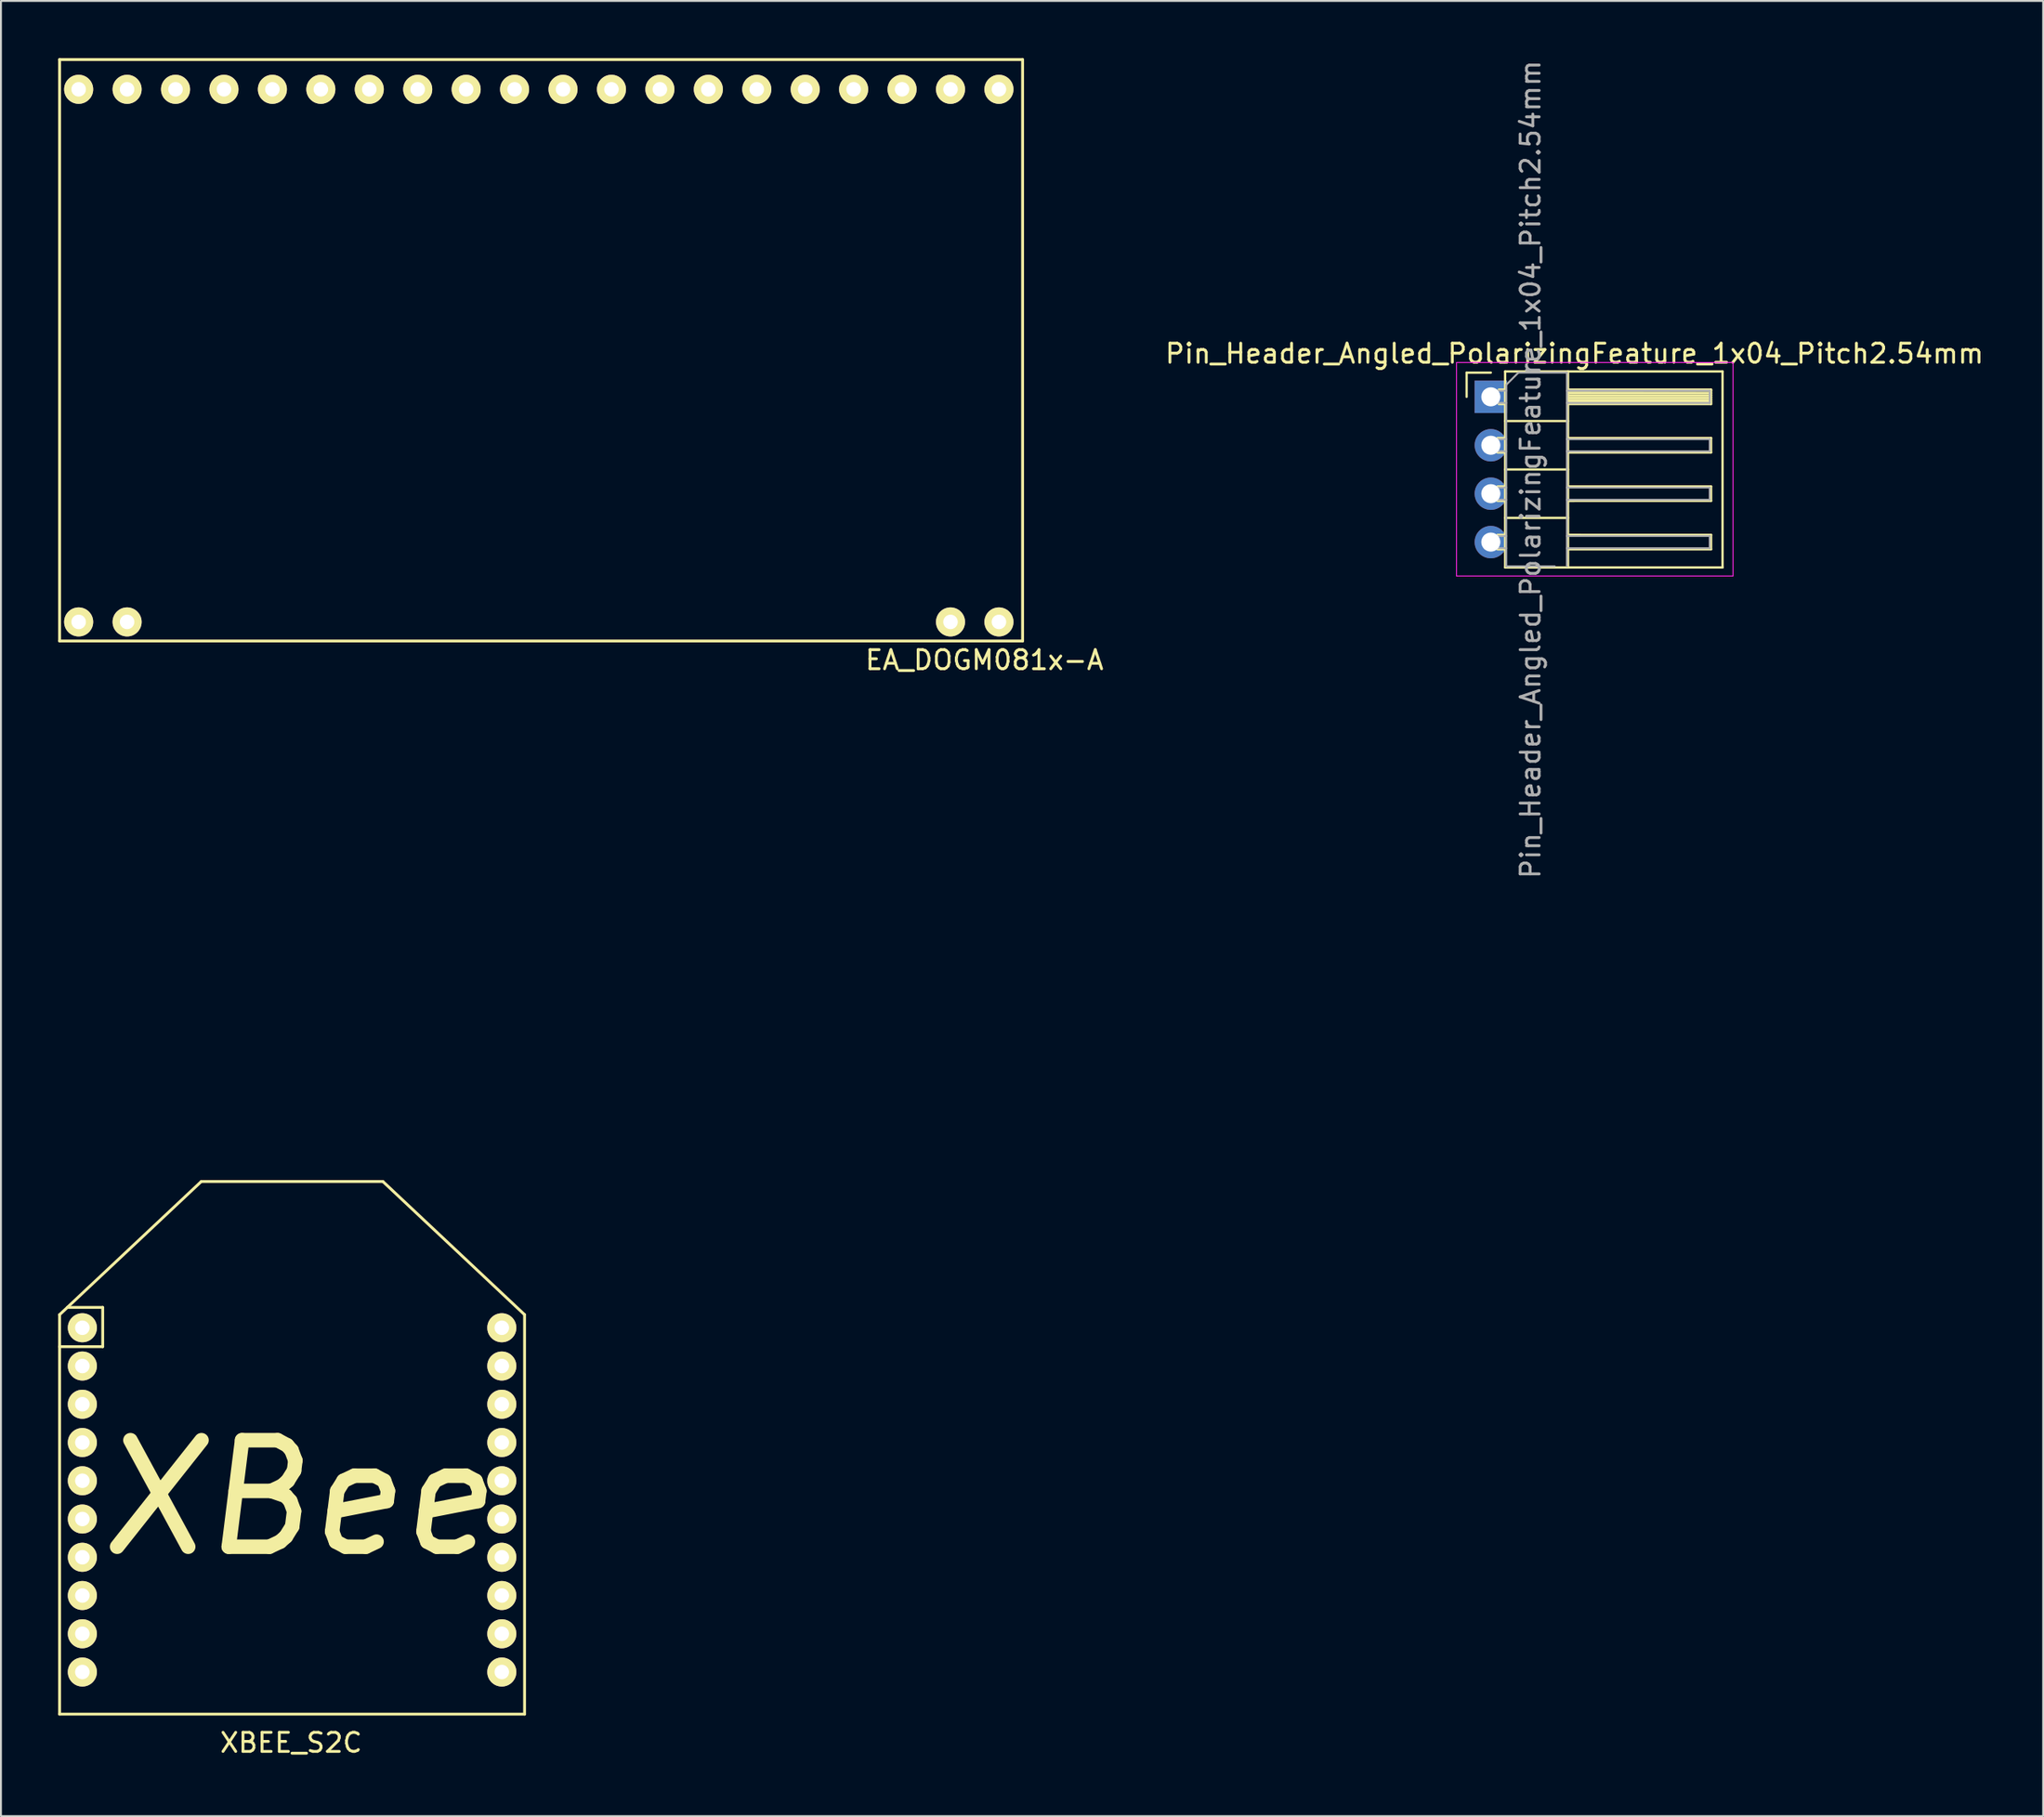
<source format=kicad_pcb>
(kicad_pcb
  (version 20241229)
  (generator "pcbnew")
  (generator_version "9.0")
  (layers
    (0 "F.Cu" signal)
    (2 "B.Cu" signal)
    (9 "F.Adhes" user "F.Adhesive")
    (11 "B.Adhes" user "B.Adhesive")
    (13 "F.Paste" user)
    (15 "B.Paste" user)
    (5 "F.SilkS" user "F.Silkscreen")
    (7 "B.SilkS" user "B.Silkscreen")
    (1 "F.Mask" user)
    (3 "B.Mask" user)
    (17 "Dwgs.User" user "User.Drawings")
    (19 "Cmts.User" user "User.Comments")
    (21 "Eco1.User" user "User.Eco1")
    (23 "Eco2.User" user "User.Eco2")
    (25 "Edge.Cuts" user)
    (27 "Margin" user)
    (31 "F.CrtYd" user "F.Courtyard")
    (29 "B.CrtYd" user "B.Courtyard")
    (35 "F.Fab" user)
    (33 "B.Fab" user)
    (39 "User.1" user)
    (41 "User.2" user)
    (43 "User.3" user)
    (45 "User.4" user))
  (footprint "EA_DOGM081x-A"
    (layer "F.Cu")
    (at 1.075 29.575)
    (property "Reference" "EA_DOGM081x-A" (at 47.5 2 0) (layer "F.SilkS") (effects (font (size 1 1) (thickness 0.15))))
    (attr through_hole)
    (fp_line (start -1 -29.5) (end -1 1) (stroke (width 0.15) (type solid)) (layer "F.SilkS"))
    (fp_line (start -1 1) (end 49.5 1) (stroke (width 0.15) (type solid)) (layer "F.SilkS"))
    (fp_line (start 49.5 -29.5) (end -1 -29.5) (stroke (width 0.15) (type solid)) (layer "F.SilkS"))
    (fp_line (start 49.5 1) (end 49.5 -29.5) (stroke (width 0.15) (type solid)) (layer "F.SilkS"))
    (pad "1" thru_hole circle (at 0 0) (size 1.524 1.524) (drill 0.762) (layers "*.Cu" "*.Mask" "F.SilkS"))
    (pad "2" thru_hole circle (at 2.54 0) (size 1.524 1.524) (drill 0.762) (layers "*.Cu" "*.Mask" "F.SilkS"))
    (pad "19" thru_hole circle (at 45.72 0) (size 1.524 1.524) (drill 0.762) (layers "*.Cu" "*.Mask" "F.SilkS"))
    (pad "20" thru_hole circle (at 48.26 0) (size 1.524 1.524) (drill 0.762) (layers "*.Cu" "*.Mask" "F.SilkS"))
    (pad "21" thru_hole circle (at 48.26 -27.94) (size 1.524 1.524) (drill 0.762) (layers "*.Cu" "*.Mask" "F.SilkS"))
    (pad "22" thru_hole circle (at 45.72 -27.94) (size 1.524 1.524) (drill 0.762) (layers "*.Cu" "*.Mask" "F.SilkS"))
    (pad "23" thru_hole circle (at 43.18 -27.94) (size 1.524 1.524) (drill 0.762) (layers "*.Cu" "*.Mask" "F.SilkS"))
    (pad "24" thru_hole circle (at 40.64 -27.94) (size 1.524 1.524) (drill 0.762) (layers "*.Cu" "*.Mask" "F.SilkS"))
    (pad "25" thru_hole circle (at 38.1 -27.94) (size 1.524 1.524) (drill 0.762) (layers "*.Cu" "*.Mask" "F.SilkS"))
    (pad "26" thru_hole circle (at 35.56 -27.94) (size 1.524 1.524) (drill 0.762) (layers "*.Cu" "*.Mask" "F.SilkS"))
    (pad "27" thru_hole circle (at 33.02 -27.94) (size 1.524 1.524) (drill 0.762) (layers "*.Cu" "*.Mask" "F.SilkS"))
    (pad "28" thru_hole circle (at 30.48 -27.94) (size 1.524 1.524) (drill 0.762) (layers "*.Cu" "*.Mask" "F.SilkS"))
    (pad "29" thru_hole circle (at 27.94 -27.94) (size 1.524 1.524) (drill 0.762) (layers "*.Cu" "*.Mask" "F.SilkS"))
    (pad "30" thru_hole circle (at 25.4 -27.94) (size 1.524 1.524) (drill 0.762) (layers "*.Cu" "*.Mask" "F.SilkS"))
    (pad "31" thru_hole circle (at 22.86 -27.94) (size 1.524 1.524) (drill 0.762) (layers "*.Cu" "*.Mask" "F.SilkS"))
    (pad "32" thru_hole circle (at 20.32 -27.94) (size 1.524 1.524) (drill 0.762) (layers "*.Cu" "*.Mask" "F.SilkS"))
    (pad "33" thru_hole circle (at 17.78 -27.94) (size 1.524 1.524) (drill 0.762) (layers "*.Cu" "*.Mask" "F.SilkS"))
    (pad "34" thru_hole circle (at 15.24 -27.94) (size 1.524 1.524) (drill 0.762) (layers "*.Cu" "*.Mask" "F.SilkS"))
    (pad "35" thru_hole circle (at 12.7 -27.94) (size 1.524 1.524) (drill 0.762) (layers "*.Cu" "*.Mask" "F.SilkS"))
    (pad "36" thru_hole circle (at 10.16 -27.94) (size 1.524 1.524) (drill 0.762) (layers "*.Cu" "*.Mask" "F.SilkS"))
    (pad "37" thru_hole circle (at 7.62 -27.94) (size 1.524 1.524) (drill 0.762) (layers "*.Cu" "*.Mask" "F.SilkS"))
    (pad "38" thru_hole circle (at 5.08 -27.94) (size 1.524 1.524) (drill 0.762) (layers "*.Cu" "*.Mask" "F.SilkS"))
    (pad "39" thru_hole circle (at 2.54 -27.94) (size 1.524 1.524) (drill 0.762) (layers "*.Cu" "*.Mask" "F.SilkS"))
    (pad "40" thru_hole circle (at 0 -27.94) (size 1.524 1.524) (drill 0.762) (layers "*.Cu" "*.Mask" "F.SilkS")))
  (footprint "Pin_Header_Angled_PolarizingFeature_1x04_Pitch2.54mm"
    (layer "F.Cu")
    (at 75.13 17.767)
    (property "Reference" "Pin_Header_Angled_PolarizingFeature_1x04_Pitch2.54mm" (at 4.385 -2.27 0) (layer "F.SilkS") (effects (font (size 1 1) (thickness 0.15))))
    (attr through_hole)
    (fp_line (start -1.27 -1.27) (end 0 -1.27) (stroke (width 0.12) (type solid)) (layer "F.SilkS"))
    (fp_line (start -1.27 0) (end -1.27 -1.27) (stroke (width 0.12) (type solid)) (layer "F.SilkS"))
    (fp_line (start 0.353 2.16) (end 0.75 2.16) (stroke (width 0.12) (type solid)) (layer "F.SilkS"))
    (fp_line (start 0.353 2.92) (end 0.75 2.92) (stroke (width 0.12) (type solid)) (layer "F.SilkS"))
    (fp_line (start 0.353 4.7) (end 0.75 4.7) (stroke (width 0.12) (type solid)) (layer "F.SilkS"))
    (fp_line (start 0.353 5.46) (end 0.75 5.46) (stroke (width 0.12) (type solid)) (layer "F.SilkS"))
    (fp_line (start 0.353 7.24) (end 0.75 7.24) (stroke (width 0.12) (type solid)) (layer "F.SilkS"))
    (fp_line (start 0.353 8) (end 0.75 8) (stroke (width 0.12) (type solid)) (layer "F.SilkS"))
    (fp_line (start 0.42 -0.38) (end 0.75 -0.38) (stroke (width 0.12) (type solid)) (layer "F.SilkS"))
    (fp_line (start 0.42 0.38) (end 0.75 0.38) (stroke (width 0.12) (type solid)) (layer "F.SilkS"))
    (fp_line (start 0.75 -1.33) (end 0.75 8.95) (stroke (width 0.12) (type solid)) (layer "F.SilkS"))
    (fp_line (start 0.75 1.27) (end 4.05 1.27) (stroke (width 0.12) (type solid)) (layer "F.SilkS"))
    (fp_line (start 0.75 3.81) (end 4.05 3.81) (stroke (width 0.12) (type solid)) (layer "F.SilkS"))
    (fp_line (start 0.75 6.35) (end 4.05 6.35) (stroke (width 0.12) (type solid)) (layer "F.SilkS"))
    (fp_line (start 0.75 8.95) (end 12.15 8.95) (stroke (width 0.12) (type solid)) (layer "F.SilkS"))
    (fp_line (start 4.05 -0.381) (end 11.55 -0.38) (stroke (width 0.12) (type solid)) (layer "F.SilkS"))
    (fp_line (start 4.05 -0.2) (end 11.55 -0.2) (stroke (width 0.12) (type solid)) (layer "F.SilkS"))
    (fp_line (start 4.05 -0.08) (end 11.55 -0.08) (stroke (width 0.12) (type solid)) (layer "F.SilkS"))
    (fp_line (start 4.05 0.04) (end 11.55 0.04) (stroke (width 0.12) (type solid)) (layer "F.SilkS"))
    (fp_line (start 4.05 0.16) (end 11.55 0.16) (stroke (width 0.12) (type solid)) (layer "F.SilkS"))
    (fp_line (start 4.05 0.28) (end 11.55 0.28) (stroke (width 0.12) (type solid)) (layer "F.SilkS"))
    (fp_line (start 4.05 2.16) (end 11.55 2.16) (stroke (width 0.12) (type solid)) (layer "F.SilkS"))
    (fp_line (start 4.05 4.7) (end 11.55 4.7) (stroke (width 0.12) (type solid)) (layer "F.SilkS"))
    (fp_line (start 4.05 7.239) (end 11.55 7.24) (stroke (width 0.12) (type solid)) (layer "F.SilkS"))
    (fp_line (start 4.05 8.95) (end 4.05 -1.33) (stroke (width 0.12) (type solid)) (layer "F.SilkS"))
    (fp_line (start 4.06 -0.305) (end 11.55 -0.32) (stroke (width 0.12) (type solid)) (layer "F.SilkS"))
    (fp_line (start 11.55 -0.38) (end 11.55 0.38) (stroke (width 0.12) (type solid)) (layer "F.SilkS"))
    (fp_line (start 11.55 0.38) (end 4.05 0.38) (stroke (width 0.12) (type solid)) (layer "F.SilkS"))
    (fp_line (start 11.55 2.16) (end 11.55 2.92) (stroke (width 0.12) (type solid)) (layer "F.SilkS"))
    (fp_line (start 11.55 2.92) (end 4.05 2.92) (stroke (width 0.12) (type solid)) (layer "F.SilkS"))
    (fp_line (start 11.55 4.7) (end 11.55 5.46) (stroke (width 0.12) (type solid)) (layer "F.SilkS"))
    (fp_line (start 11.55 5.46) (end 4.05 5.461) (stroke (width 0.12) (type solid)) (layer "F.SilkS"))
    (fp_line (start 11.55 7.24) (end 11.55 8) (stroke (width 0.12) (type solid)) (layer "F.SilkS"))
    (fp_line (start 11.55 8) (end 4.05 8.001) (stroke (width 0.12) (type solid)) (layer "F.SilkS"))
    (fp_line (start 12.15 -1.33) (end 0.75 -1.33) (stroke (width 0.12) (type solid)) (layer "F.SilkS"))
    (fp_line (start 12.15 -1.33) (end 12.15 8.95) (stroke (width 0.12) (type solid)) (layer "F.SilkS"))
    (fp_line (start -1.8 -1.8) (end -1.8 9.4) (stroke (width 0.05) (type solid)) (layer "F.CrtYd"))
    (fp_line (start -1.8 9.4) (end 12.7 9.4) (stroke (width 0.05) (type solid)) (layer "F.CrtYd"))
    (fp_line (start 12.7 -1.8) (end -1.8 -1.8) (stroke (width 0.05) (type solid)) (layer "F.CrtYd"))
    (fp_line (start 12.7 9.4) (end 12.7 -1.8) (stroke (width 0.05) (type solid)) (layer "F.CrtYd"))
    (fp_line (start -0.32 -0.32) (end -0.32 0.32) (stroke (width 0.1) (type solid)) (layer "F.Fab"))
    (fp_line (start -0.32 -0.32) (end 0.81 -0.32) (stroke (width 0.1) (type solid)) (layer "F.Fab"))
    (fp_line (start -0.32 0.32) (end 0.81 0.32) (stroke (width 0.1) (type solid)) (layer "F.Fab"))
    (fp_line (start -0.32 2.22) (end -0.32 2.86) (stroke (width 0.1) (type solid)) (layer "F.Fab"))
    (fp_line (start -0.32 2.22) (end 0.81 2.22) (stroke (width 0.1) (type solid)) (layer "F.Fab"))
    (fp_line (start -0.32 2.86) (end 0.81 2.86) (stroke (width 0.1) (type solid)) (layer "F.Fab"))
    (fp_line (start -0.32 4.76) (end -0.32 5.4) (stroke (width 0.1) (type solid)) (layer "F.Fab"))
    (fp_line (start -0.32 4.76) (end 0.81 4.76) (stroke (width 0.1) (type solid)) (layer "F.Fab"))
    (fp_line (start -0.32 5.4) (end 0.81 5.4) (stroke (width 0.1) (type solid)) (layer "F.Fab"))
    (fp_line (start -0.32 7.3) (end -0.32 7.94) (stroke (width 0.1) (type solid)) (layer "F.Fab"))
    (fp_line (start -0.32 7.3) (end 0.81 7.3) (stroke (width 0.1) (type solid)) (layer "F.Fab"))
    (fp_line (start -0.32 7.94) (end 0.81 7.94) (stroke (width 0.1) (type solid)) (layer "F.Fab"))
    (fp_line (start 0.81 -0.635) (end 1.445 -1.27) (stroke (width 0.1) (type solid)) (layer "F.Fab"))
    (fp_line (start 0.81 8.89) (end 0.81 -0.635) (stroke (width 0.1) (type solid)) (layer "F.Fab"))
    (fp_line (start 1.445 -1.27) (end 3.99 -1.27) (stroke (width 0.1) (type solid)) (layer "F.Fab"))
    (fp_line (start 3.35 8.89) (end 0.81 8.89) (stroke (width 0.1) (type solid)) (layer "F.Fab"))
    (fp_line (start 3.99 -1.27) (end 3.99 8.89) (stroke (width 0.1) (type solid)) (layer "F.Fab"))
    (fp_line (start 3.99 -0.32) (end 11.48 -0.32) (stroke (width 0.1) (type solid)) (layer "F.Fab"))
    (fp_line (start 3.99 0.32) (end 11.48 0.32) (stroke (width 0.1) (type solid)) (layer "F.Fab"))
    (fp_line (start 3.99 2.22) (end 11.48 2.22) (stroke (width 0.1) (type solid)) (layer "F.Fab"))
    (fp_line (start 3.99 2.86) (end 11.48 2.86) (stroke (width 0.1) (type solid)) (layer "F.Fab"))
    (fp_line (start 3.99 4.76) (end 11.48 4.76) (stroke (width 0.1) (type solid)) (layer "F.Fab"))
    (fp_line (start 3.99 5.4) (end 11.48 5.4) (stroke (width 0.1) (type solid)) (layer "F.Fab"))
    (fp_line (start 3.99 7.3) (end 11.48 7.3) (stroke (width 0.1) (type solid)) (layer "F.Fab"))
    (fp_line (start 3.99 7.94) (end 11.48 7.94) (stroke (width 0.1) (type solid)) (layer "F.Fab"))
    (fp_line (start 11.48 -0.32) (end 11.48 0.32) (stroke (width 0.1) (type solid)) (layer "F.Fab"))
    (fp_line (start 11.48 2.22) (end 11.48 2.86) (stroke (width 0.1) (type solid)) (layer "F.Fab"))
    (fp_line (start 11.48 4.76) (end 11.48 5.4) (stroke (width 0.1) (type solid)) (layer "F.Fab"))
    (fp_line (start 11.48 7.3) (end 11.48 7.94) (stroke (width 0.1) (type solid)) (layer "F.Fab"))
    (fp_text user "${REFERENCE}" (at 2.08 3.81 90) (layer "F.Fab") (effects (font (size 1 1) (thickness 0.15))))
    (pad "1" thru_hole rect (at 0 0) (size 1.7 1.7) (drill 1) (layers "*.Cu" "*.Mask"))
    (pad "2" thru_hole oval (at 0 2.54) (size 1.7 1.7) (drill 1) (layers "*.Cu" "*.Mask"))
    (pad "3" thru_hole oval (at 0 5.08) (size 1.7 1.7) (drill 1) (layers "*.Cu" "*.Mask"))
    (pad "4" thru_hole oval (at 0 7.62) (size 1.7 1.7) (drill 1) (layers "*.Cu" "*.Mask")))
  (footprint "XBEE_S2C"
    (layer "F.Cu")
    (at 12.267 66.601)
    (property "Reference" "XBEE_S2C" (at -0.051 21.768 0) (layer "F.SilkS") (effects (font (size 1 1) (thickness 0.15))))
    (attr through_hole)
    (fp_line (start -12.192 -0.686) (end -12.192 20.269) (stroke (width 0.15) (type solid)) (layer "F.SilkS"))
    (fp_line (start -12.192 0.991) (end -9.931 0.991) (stroke (width 0.15) (type solid)) (layer "F.SilkS"))
    (fp_line (start -12.192 20.269) (end 12.192 20.269) (stroke (width 0.15) (type solid)) (layer "F.SilkS"))
    (fp_line (start -9.931 -1.067) (end -11.786 -1.067) (stroke (width 0.15) (type solid)) (layer "F.SilkS"))
    (fp_line (start -9.931 0.991) (end -9.931 -1.067) (stroke (width 0.15) (type solid)) (layer "F.SilkS"))
    (fp_line (start -4.763 -7.671) (end -12.192 -0.686) (stroke (width 0.15) (type solid)) (layer "F.SilkS"))
    (fp_line (start 4.763 -7.671) (end -4.763 -7.671) (stroke (width 0.15) (type solid)) (layer "F.SilkS"))
    (fp_line (start 12.192 -0.686) (end 4.763 -7.671) (stroke (width 0.15) (type solid)) (layer "F.SilkS"))
    (fp_line (start 12.192 20.269) (end 12.192 -0.686) (stroke (width 0.15) (type solid)) (layer "F.SilkS"))
    (fp_line (start -4.763 -9.322) (end -4.763 -7.671) (stroke (width 0.15) (type solid)) (layer "Eco1.User"))
    (fp_line (start -4.763 -9.322) (end 4.763 -9.322) (stroke (width 0.15) (type solid)) (layer "Eco1.User"))
    (fp_line (start -3.81 -20.371) (end -3.81 -9.322) (stroke (width 0.15) (type solid)) (layer "Eco1.User"))
    (fp_line (start -3.81 -20.371) (end 3.81 -20.371) (stroke (width 0.15) (type solid)) (layer "Eco1.User"))
    (fp_line (start 3.81 -20.371) (end 3.81 -9.322) (stroke (width 0.15) (type solid)) (layer "Eco1.User"))
    (fp_line (start 4.763 -9.322) (end 4.763 -7.671) (stroke (width 0.15) (type solid)) (layer "Eco1.User"))
    (fp_text user "XBee" (at 0.305 8.941 0) (layer "F.SilkS") (effects (font (size 5.588 5.588) (thickness 0.762) (italic yes))))
    (pad "1" thru_hole circle (at -10.998 0) (size 1.524 1.524) (drill 0.762) (layers "*.Cu" "*.Mask" "F.SilkS"))
    (pad "2" thru_hole circle (at -10.998 2.007) (size 1.524 1.524) (drill 0.762) (layers "*.Cu" "*.Mask" "F.SilkS"))
    (pad "3" thru_hole circle (at -10.998 4.013) (size 1.524 1.524) (drill 0.762) (layers "*.Cu" "*.Mask" "F.SilkS"))
    (pad "4" thru_hole circle (at -10.998 6.02) (size 1.524 1.524) (drill 0.762) (layers "*.Cu" "*.Mask" "F.SilkS"))
    (pad "5" thru_hole circle (at -10.998 8.026) (size 1.524 1.524) (drill 0.762) (layers "*.Cu" "*.Mask" "F.SilkS"))
    (pad "6" thru_hole circle (at -10.998 10.033) (size 1.524 1.524) (drill 0.762) (layers "*.Cu" "*.Mask" "F.SilkS"))
    (pad "7" thru_hole circle (at -10.998 12.04) (size 1.524 1.524) (drill 0.762) (layers "*.Cu" "*.Mask" "F.SilkS"))
    (pad "8" thru_hole circle (at -10.998 14.046) (size 1.524 1.524) (drill 0.762) (layers "*.Cu" "*.Mask" "F.SilkS"))
    (pad "9" thru_hole circle (at -10.998 16.053) (size 1.524 1.524) (drill 0.762) (layers "*.Cu" "*.Mask" "F.SilkS"))
    (pad "10" thru_hole circle (at -10.998 18.059) (size 1.524 1.524) (drill 0.762) (layers "*.Cu" "*.Mask" "F.SilkS"))
    (pad "11" thru_hole circle (at 10.998 18.059) (size 1.524 1.524) (drill 0.762) (layers "*.Cu" "*.Mask" "F.SilkS"))
    (pad "12" thru_hole circle (at 10.998 16.053) (size 1.524 1.524) (drill 0.762) (layers "*.Cu" "*.Mask" "F.SilkS"))
    (pad "13" thru_hole circle (at 10.998 14.046) (size 1.524 1.524) (drill 0.762) (layers "*.Cu" "*.Mask" "F.SilkS"))
    (pad "14" thru_hole circle (at 10.998 12.04) (size 1.524 1.524) (drill 0.762) (layers "*.Cu" "*.Mask" "F.SilkS"))
    (pad "15" thru_hole circle (at 10.998 10.033) (size 1.524 1.524) (drill 0.762) (layers "*.Cu" "*.Mask" "F.SilkS"))
    (pad "16" thru_hole circle (at 10.998 8.026) (size 1.524 1.524) (drill 0.762) (layers "*.Cu" "*.Mask" "F.SilkS"))
    (pad "17" thru_hole circle (at 10.998 6.02) (size 1.524 1.524) (drill 0.762) (layers "*.Cu" "*.Mask" "F.SilkS"))
    (pad "18" thru_hole circle (at 10.998 4.013) (size 1.524 1.524) (drill 0.762) (layers "*.Cu" "*.Mask" "F.SilkS"))
    (pad "19" thru_hole circle (at 10.998 2.007) (size 1.524 1.524) (drill 0.762) (layers "*.Cu" "*.Mask" "F.SilkS"))
    (pad "20" thru_hole circle (at 10.998 0) (size 1.524 1.524) (drill 0.762) (layers "*.Cu" "*.Mask" "F.SilkS")))
  (gr_rect
    (start -3 -3)
    (end 104.093 92.217)
    (stroke (width 0.1) (type default))
    (fill no)
    (layer "Edge.Cuts")))
</source>
